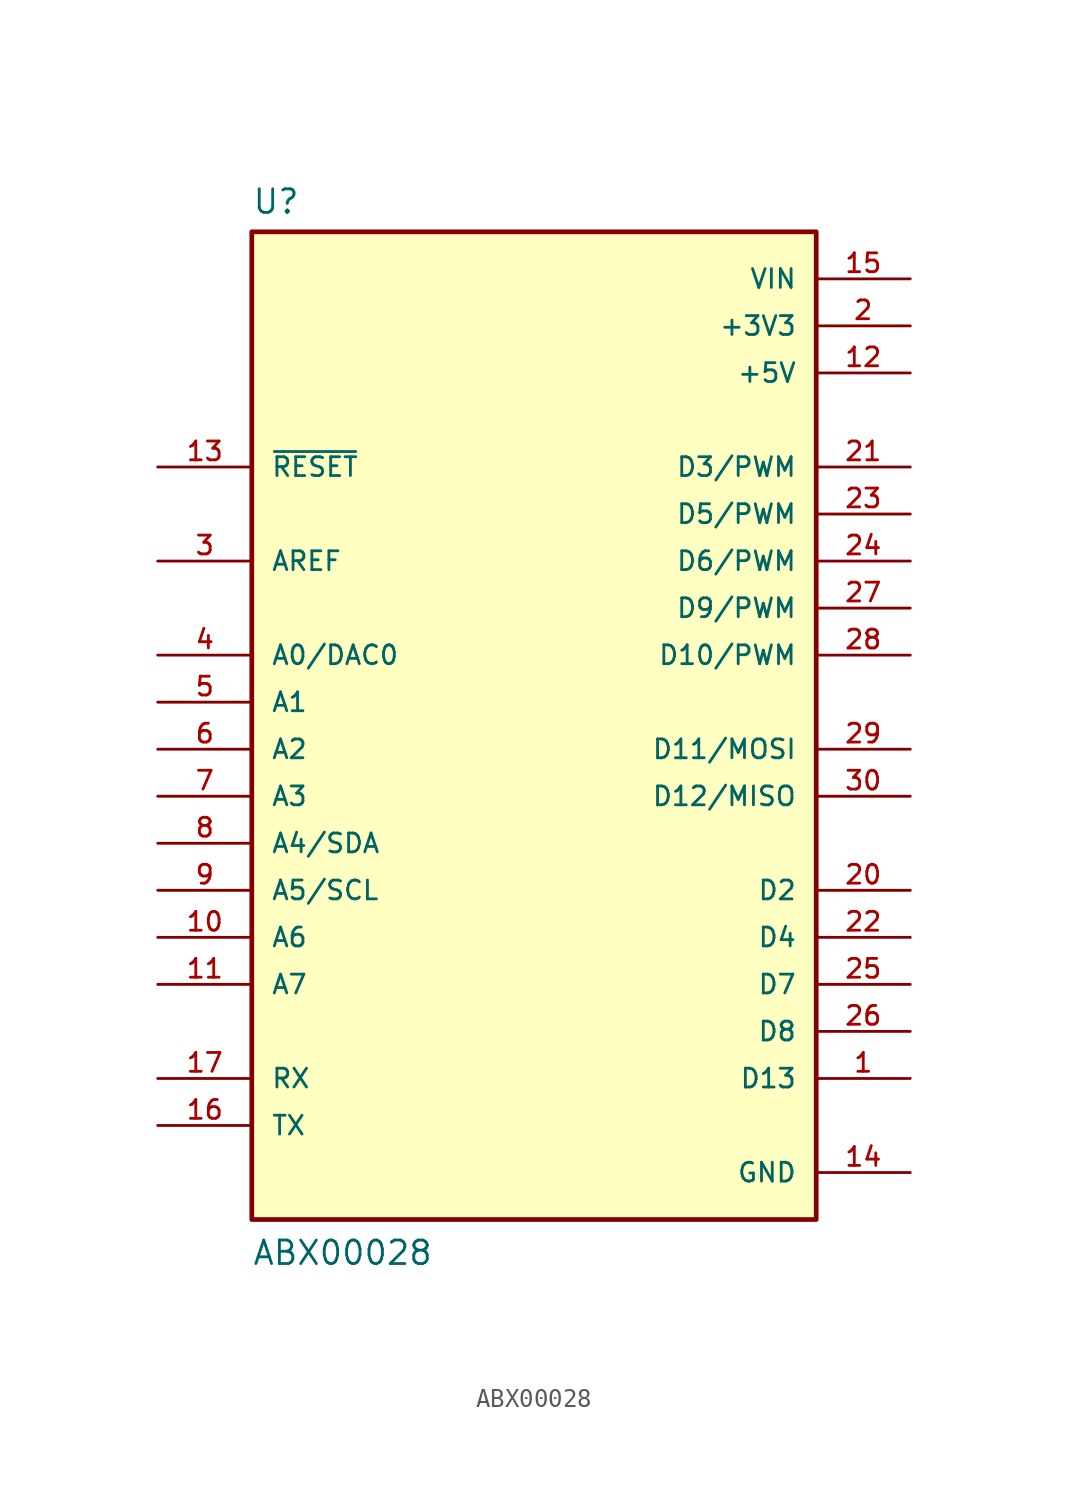
<source format=kicad_sym>
(kicad_symbol_lib
  (version 20211014)
  (generator kicad_symbol_editor)
  (symbol "ABX00028"
    (pin_names
      (offset 1.016))
    (property "Reference" "U"
      (at -15.24 26.289 0)
      (effects (font (size 1.27 1.27)) (justify bottom left)))
    (property "Value" "ABX00028"
      (at -15.24 -30.48 0)
      (effects (font (size 1.27 1.27)) (justify bottom left)))
    (symbol "ABX00028_0_0"
      (rectangle (start -15.24 -27.94) (end 15.24 25.4) (stroke (width 0.254)) (fill (type background)))
      (pin bidirectional line (at 20.32 -20.32 180.0) (length 5.08) (name "D13" (effects (font (size 1.016 1.016)))) (number "1" (effects (font (size 1.016 1.016)))))
      (pin power_in line (at 20.32 20.32 180.0) (length 5.08) (name "+3V3" (effects (font (size 1.016 1.016)))) (number "2" (effects (font (size 1.016 1.016)))))
      (pin bidirectional line (at -20.32 7.62 0) (length 5.08) (name "AREF" (effects (font (size 1.016 1.016)))) (number "3" (effects (font (size 1.016 1.016)))))
      (pin bidirectional line (at -20.32 2.54 0) (length 5.08) (name "A0/DAC0" (effects (font (size 1.016 1.016)))) (number "4" (effects (font (size 1.016 1.016)))))
      (pin power_in line (at 20.32 17.78 180.0) (length 5.08) (name "+5V" (effects (font (size 1.016 1.016)))) (number "12" (effects (font (size 1.016 1.016)))))
      (pin input line (at -20.32 12.7 0) (length 5.08) (name "~{RESET}" (effects (font (size 1.016 1.016)))) (number "13" (effects (font (size 1.016 1.016)))))
      (pin input line (at -20.32 12.7 0) (length 5.08) hide (name "~{RESET}" (effects (font (size 1.016 1.016)))) (number "18" (effects (font (size 1.016 1.016)))))
      (pin power_in line (at 20.32 -25.4 180.0) (length 5.08) (name "GND" (effects (font (size 1.016 1.016)))) (number "14" (effects (font (size 1.016 1.016)))))
      (pin power_in line (at 20.32 -25.4 180.0) (length 5.08) hide (name "GND" (effects (font (size 1.016 1.016)))) (number "19" (effects (font (size 1.016 1.016)))))
      (pin power_in line (at 20.32 22.86 180.0) (length 5.08) (name "VIN" (effects (font (size 1.016 1.016)))) (number "15" (effects (font (size 1.016 1.016)))))
      (pin bidirectional line (at -20.32 0.0 0) (length 5.08) (name "A1" (effects (font (size 1.016 1.016)))) (number "5" (effects (font (size 1.016 1.016)))))
      (pin bidirectional line (at -20.32 -2.54 0) (length 5.08) (name "A2" (effects (font (size 1.016 1.016)))) (number "6" (effects (font (size 1.016 1.016)))))
      (pin bidirectional line (at -20.32 -5.08 0) (length 5.08) (name "A3" (effects (font (size 1.016 1.016)))) (number "7" (effects (font (size 1.016 1.016)))))
      (pin bidirectional line (at -20.32 -7.62 0) (length 5.08) (name "A4/SDA" (effects (font (size 1.016 1.016)))) (number "8" (effects (font (size 1.016 1.016)))))
      (pin bidirectional line (at -20.32 -10.16 0) (length 5.08) (name "A5/SCL" (effects (font (size 1.016 1.016)))) (number "9" (effects (font (size 1.016 1.016)))))
      (pin bidirectional line (at -20.32 -12.7 0) (length 5.08) (name "A6" (effects (font (size 1.016 1.016)))) (number "10" (effects (font (size 1.016 1.016)))))
      (pin bidirectional line (at -20.32 -15.24 0) (length 5.08) (name "A7" (effects (font (size 1.016 1.016)))) (number "11" (effects (font (size 1.016 1.016)))))
      (pin bidirectional line (at -20.32 -22.86 0) (length 5.08) (name "TX" (effects (font (size 1.016 1.016)))) (number "16" (effects (font (size 1.016 1.016)))))
      (pin bidirectional line (at -20.32 -20.32 0) (length 5.08) (name "RX" (effects (font (size 1.016 1.016)))) (number "17" (effects (font (size 1.016 1.016)))))
      (pin bidirectional line (at 20.32 -10.16 180.0) (length 5.08) (name "D2" (effects (font (size 1.016 1.016)))) (number "20" (effects (font (size 1.016 1.016)))))
      (pin bidirectional line (at 20.32 12.7 180.0) (length 5.08) (name "D3/PWM" (effects (font (size 1.016 1.016)))) (number "21" (effects (font (size 1.016 1.016)))))
      (pin bidirectional line (at 20.32 -12.7 180.0) (length 5.08) (name "D4" (effects (font (size 1.016 1.016)))) (number "22" (effects (font (size 1.016 1.016)))))
      (pin bidirectional line (at 20.32 10.16 180.0) (length 5.08) (name "D5/PWM" (effects (font (size 1.016 1.016)))) (number "23" (effects (font (size 1.016 1.016)))))
      (pin bidirectional line (at 20.32 7.62 180.0) (length 5.08) (name "D6/PWM" (effects (font (size 1.016 1.016)))) (number "24" (effects (font (size 1.016 1.016)))))
      (pin bidirectional line (at 20.32 -17.78 180.0) (length 5.08) (name "D8" (effects (font (size 1.016 1.016)))) (number "26" (effects (font (size 1.016 1.016)))))
      (pin bidirectional line (at 20.32 -15.24 180.0) (length 5.08) (name "D7" (effects (font (size 1.016 1.016)))) (number "25" (effects (font (size 1.016 1.016)))))
      (pin bidirectional line (at 20.32 5.08 180.0) (length 5.08) (name "D9/PWM" (effects (font (size 1.016 1.016)))) (number "27" (effects (font (size 1.016 1.016)))))
      (pin bidirectional line (at 20.32 2.54 180.0) (length 5.08) (name "D10/PWM" (effects (font (size 1.016 1.016)))) (number "28" (effects (font (size 1.016 1.016)))))
      (pin bidirectional line (at 20.32 -2.54 180.0) (length 5.08) (name "D11/MOSI" (effects (font (size 1.016 1.016)))) (number "29" (effects (font (size 1.016 1.016)))))
      (pin bidirectional line (at 20.32 -5.08 180.0) (length 5.08) (name "D12/MISO" (effects (font (size 1.016 1.016)))) (number "30" (effects (font (size 1.016 1.016))))))))
</source>
